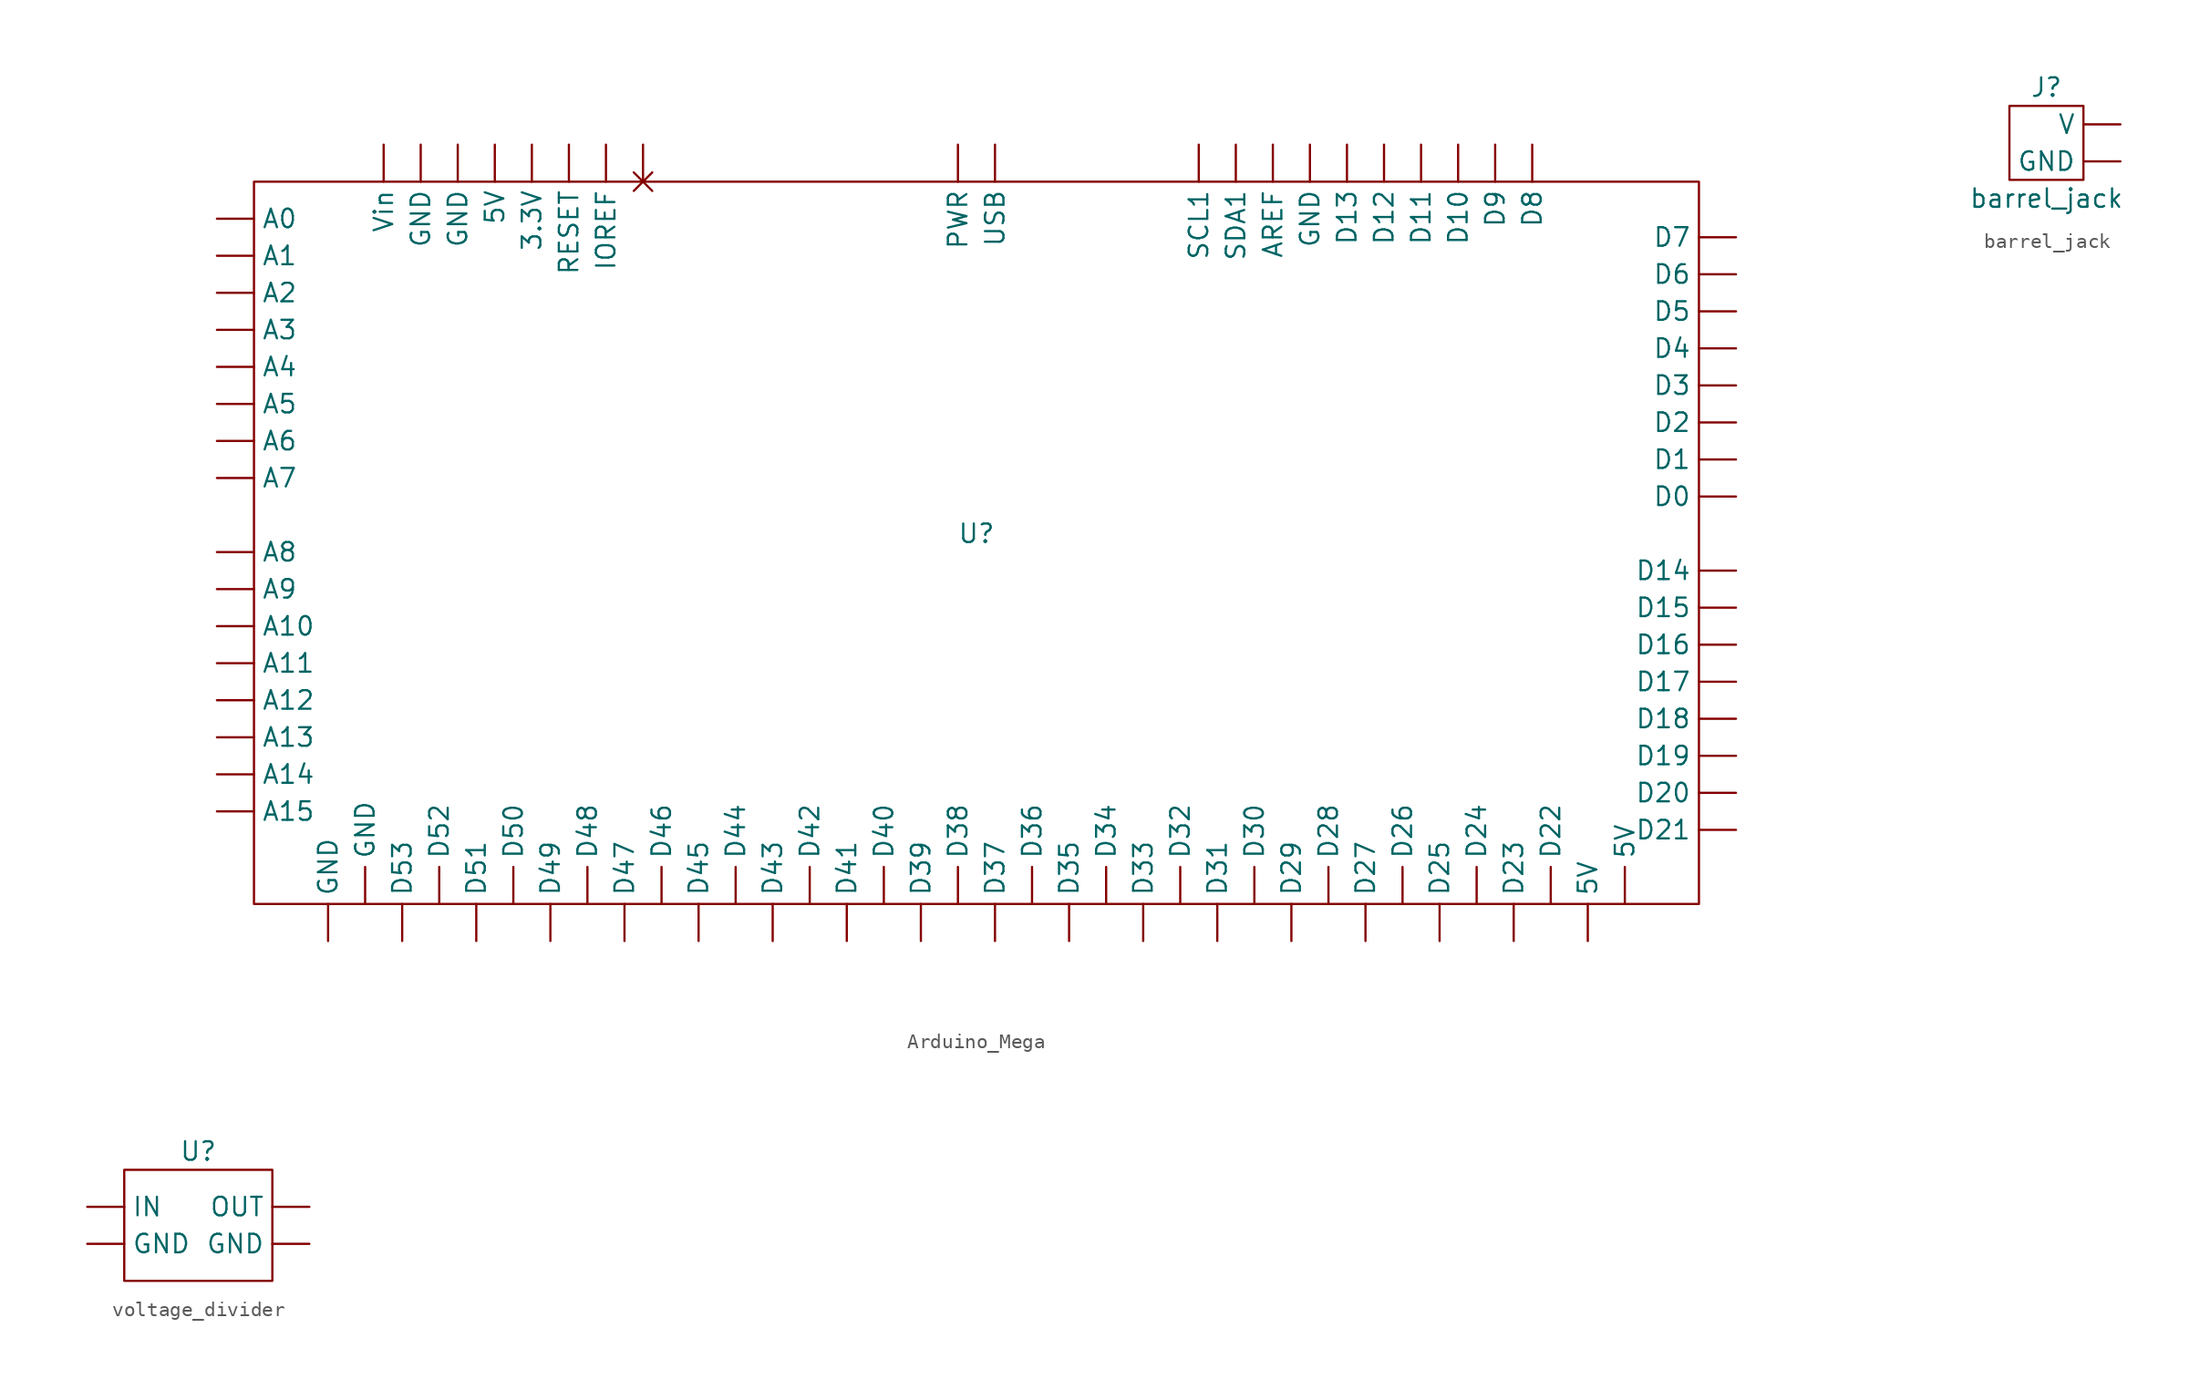
<source format=kicad_sym>
(kicad_symbol_lib
  (version 20220914)
  (generator kicad_symbol_editor)
  (symbol "Arduino_Mega"
    (property "Reference" "U"
      (at 0 0 0)
      (effects (font (size 1.27 1.27))))
    (property "Value" ""
      (at 34.29 24.13 0)
      (effects (font (size 1.27 1.27))))
    (symbol "Arduino_Mega_0_1"
      (rectangle (start -49.53 24.13) (end 49.53 -25.4) (stroke (width 0) (type default)) (fill (type none))))
    (symbol "Arduino_Mega_1_1"
      (pin passive non_logic (at -22.86 26.67 270) (length 2.54) (name "" (effects (font (size 1.27 1.27)))) (number "" (effects (font (size 1.27 1.27)))))
      (pin passive line (at -30.48 26.67 270) (length 2.54) (name "3.3V" (effects (font (size 1.27 1.27)))) (number "" (effects (font (size 1.27 1.27)))))
      (pin passive line (at -33.02 26.67 270) (length 2.54) (name "5V" (effects (font (size 1.27 1.27)))) (number "" (effects (font (size 1.27 1.27)))))
      (pin passive line (at 41.91 -27.94 90) (length 2.54) (name "5V" (effects (font (size 1.27 1.27)))) (number "" (effects (font (size 1.27 1.27)))))
      (pin passive line (at 44.45 -25.4 90) (length 2.54) (name "5V" (effects (font (size 1.27 1.27)))) (number "" (effects (font (size 1.27 1.27)))))
      (pin passive line (at -52.07 21.59 0) (length 2.54) (name "A0" (effects (font (size 1.27 1.27)))) (number "" (effects (font (size 1.27 1.27)))))
      (pin passive line (at -52.07 19.05 0) (length 2.54) (name "A1" (effects (font (size 1.27 1.27)))) (number "" (effects (font (size 1.27 1.27)))))
      (pin passive line (at -52.07 -6.35 0) (length 2.54) (name "A10" (effects (font (size 1.27 1.27)))) (number "" (effects (font (size 1.27 1.27)))))
      (pin passive line (at -52.07 -8.89 0) (length 2.54) (name "A11" (effects (font (size 1.27 1.27)))) (number "" (effects (font (size 1.27 1.27)))))
      (pin passive line (at -52.07 -11.43 0) (length 2.54) (name "A12" (effects (font (size 1.27 1.27)))) (number "" (effects (font (size 1.27 1.27)))))
      (pin passive line (at -52.07 -13.97 0) (length 2.54) (name "A13" (effects (font (size 1.27 1.27)))) (number "" (effects (font (size 1.27 1.27)))))
      (pin passive line (at -52.07 -16.51 0) (length 2.54) (name "A14" (effects (font (size 1.27 1.27)))) (number "" (effects (font (size 1.27 1.27)))))
      (pin passive line (at -52.07 -19.05 0) (length 2.54) (name "A15" (effects (font (size 1.27 1.27)))) (number "" (effects (font (size 1.27 1.27)))))
      (pin passive line (at -52.07 16.51 0) (length 2.54) (name "A2" (effects (font (size 1.27 1.27)))) (number "" (effects (font (size 1.27 1.27)))))
      (pin passive line (at -52.07 13.97 0) (length 2.54) (name "A3" (effects (font (size 1.27 1.27)))) (number "" (effects (font (size 1.27 1.27)))))
      (pin passive line (at -52.07 11.43 0) (length 2.54) (name "A4" (effects (font (size 1.27 1.27)))) (number "" (effects (font (size 1.27 1.27)))))
      (pin passive line (at -52.07 8.89 0) (length 2.54) (name "A5" (effects (font (size 1.27 1.27)))) (number "" (effects (font (size 1.27 1.27)))))
      (pin passive line (at -52.07 6.35 0) (length 2.54) (name "A6" (effects (font (size 1.27 1.27)))) (number "" (effects (font (size 1.27 1.27)))))
      (pin passive line (at -52.07 3.81 0) (length 2.54) (name "A7" (effects (font (size 1.27 1.27)))) (number "" (effects (font (size 1.27 1.27)))))
      (pin passive line (at -52.07 -1.27 0) (length 2.54) (name "A8" (effects (font (size 1.27 1.27)))) (number "" (effects (font (size 1.27 1.27)))))
      (pin passive line (at -52.07 -3.81 0) (length 2.54) (name "A9" (effects (font (size 1.27 1.27)))) (number "" (effects (font (size 1.27 1.27)))))
      (pin passive line (at 20.32 26.67 270) (length 2.54) (name "AREF" (effects (font (size 1.27 1.27)))) (number "" (effects (font (size 1.27 1.27)))))
      (pin passive line (at 52.07 2.54 180) (length 2.54) (name "D0" (effects (font (size 1.27 1.27)))) (number "" (effects (font (size 1.27 1.27)))))
      (pin passive line (at 52.07 5.08 180) (length 2.54) (name "D1" (effects (font (size 1.27 1.27)))) (number "" (effects (font (size 1.27 1.27)))))
      (pin passive line (at 33.02 26.67 270) (length 2.54) (name "D10" (effects (font (size 1.27 1.27)))) (number "" (effects (font (size 1.27 1.27)))))
      (pin passive line (at 30.48 26.67 270) (length 2.54) (name "D11" (effects (font (size 1.27 1.27)))) (number "" (effects (font (size 1.27 1.27)))))
      (pin passive line (at 27.94 26.67 270) (length 2.54) (name "D12" (effects (font (size 1.27 1.27)))) (number "" (effects (font (size 1.27 1.27)))))
      (pin passive line (at 25.4 26.67 270) (length 2.54) (name "D13" (effects (font (size 1.27 1.27)))) (number "" (effects (font (size 1.27 1.27)))))
      (pin passive line (at 52.07 -2.54 180) (length 2.54) (name "D14" (effects (font (size 1.27 1.27)))) (number "" (effects (font (size 1.27 1.27)))))
      (pin passive line (at 52.07 -5.08 180) (length 2.54) (name "D15" (effects (font (size 1.27 1.27)))) (number "" (effects (font (size 1.27 1.27)))))
      (pin passive line (at 52.07 -7.62 180) (length 2.54) (name "D16" (effects (font (size 1.27 1.27)))) (number "" (effects (font (size 1.27 1.27)))))
      (pin passive line (at 52.07 -10.16 180) (length 2.54) (name "D17" (effects (font (size 1.27 1.27)))) (number "" (effects (font (size 1.27 1.27)))))
      (pin passive line (at 52.07 -12.7 180) (length 2.54) (name "D18" (effects (font (size 1.27 1.27)))) (number "" (effects (font (size 1.27 1.27)))))
      (pin passive line (at 52.07 -15.24 180) (length 2.54) (name "D19" (effects (font (size 1.27 1.27)))) (number "" (effects (font (size 1.27 1.27)))))
      (pin passive line (at 52.07 7.62 180) (length 2.54) (name "D2" (effects (font (size 1.27 1.27)))) (number "" (effects (font (size 1.27 1.27)))))
      (pin passive line (at 52.07 -17.78 180) (length 2.54) (name "D20" (effects (font (size 1.27 1.27)))) (number "" (effects (font (size 1.27 1.27)))))
      (pin passive line (at 52.07 -20.32 180) (length 2.54) (name "D21" (effects (font (size 1.27 1.27)))) (number "" (effects (font (size 1.27 1.27)))))
      (pin passive line (at 39.37 -25.4 90) (length 2.54) (name "D22" (effects (font (size 1.27 1.27)))) (number "" (effects (font (size 1.27 1.27)))))
      (pin passive line (at 36.83 -27.94 90) (length 2.54) (name "D23" (effects (font (size 1.27 1.27)))) (number "" (effects (font (size 1.27 1.27)))))
      (pin passive line (at 34.29 -25.4 90) (length 2.54) (name "D24" (effects (font (size 1.27 1.27)))) (number "" (effects (font (size 1.27 1.27)))))
      (pin passive line (at 31.75 -27.94 90) (length 2.54) (name "D25" (effects (font (size 1.27 1.27)))) (number "" (effects (font (size 1.27 1.27)))))
      (pin passive line (at 29.21 -25.4 90) (length 2.54) (name "D26" (effects (font (size 1.27 1.27)))) (number "" (effects (font (size 1.27 1.27)))))
      (pin passive line (at 26.67 -27.94 90) (length 2.54) (name "D27" (effects (font (size 1.27 1.27)))) (number "" (effects (font (size 1.27 1.27)))))
      (pin passive line (at 24.13 -25.4 90) (length 2.54) (name "D28" (effects (font (size 1.27 1.27)))) (number "" (effects (font (size 1.27 1.27)))))
      (pin passive line (at 21.59 -27.94 90) (length 2.54) (name "D29" (effects (font (size 1.27 1.27)))) (number "" (effects (font (size 1.27 1.27)))))
      (pin passive line (at 52.07 10.16 180) (length 2.54) (name "D3" (effects (font (size 1.27 1.27)))) (number "" (effects (font (size 1.27 1.27)))))
      (pin passive line (at 19.05 -25.4 90) (length 2.54) (name "D30" (effects (font (size 1.27 1.27)))) (number "" (effects (font (size 1.27 1.27)))))
      (pin passive line (at 16.51 -27.94 90) (length 2.54) (name "D31" (effects (font (size 1.27 1.27)))) (number "" (effects (font (size 1.27 1.27)))))
      (pin passive line (at 13.97 -25.4 90) (length 2.54) (name "D32" (effects (font (size 1.27 1.27)))) (number "" (effects (font (size 1.27 1.27)))))
      (pin passive line (at 11.43 -27.94 90) (length 2.54) (name "D33" (effects (font (size 1.27 1.27)))) (number "" (effects (font (size 1.27 1.27)))))
      (pin passive line (at 8.89 -25.4 90) (length 2.54) (name "D34" (effects (font (size 1.27 1.27)))) (number "" (effects (font (size 1.27 1.27)))))
      (pin passive line (at 6.35 -27.94 90) (length 2.54) (name "D35" (effects (font (size 1.27 1.27)))) (number "" (effects (font (size 1.27 1.27)))))
      (pin passive line (at 3.81 -25.4 90) (length 2.54) (name "D36" (effects (font (size 1.27 1.27)))) (number "" (effects (font (size 1.27 1.27)))))
      (pin passive line (at 1.27 -27.94 90) (length 2.54) (name "D37" (effects (font (size 1.27 1.27)))) (number "" (effects (font (size 1.27 1.27)))))
      (pin passive line (at -1.27 -25.4 90) (length 2.54) (name "D38" (effects (font (size 1.27 1.27)))) (number "" (effects (font (size 1.27 1.27)))))
      (pin passive line (at -3.81 -27.94 90) (length 2.54) (name "D39" (effects (font (size 1.27 1.27)))) (number "" (effects (font (size 1.27 1.27)))))
      (pin passive line (at 52.07 12.7 180) (length 2.54) (name "D4" (effects (font (size 1.27 1.27)))) (number "" (effects (font (size 1.27 1.27)))))
      (pin passive line (at -6.35 -25.4 90) (length 2.54) (name "D40" (effects (font (size 1.27 1.27)))) (number "" (effects (font (size 1.27 1.27)))))
      (pin passive line (at -8.89 -27.94 90) (length 2.54) (name "D41" (effects (font (size 1.27 1.27)))) (number "" (effects (font (size 1.27 1.27)))))
      (pin passive line (at -11.43 -25.4 90) (length 2.54) (name "D42" (effects (font (size 1.27 1.27)))) (number "" (effects (font (size 1.27 1.27)))))
      (pin passive line (at -13.97 -27.94 90) (length 2.54) (name "D43" (effects (font (size 1.27 1.27)))) (number "" (effects (font (size 1.27 1.27)))))
      (pin passive line (at -16.51 -25.4 90) (length 2.54) (name "D44" (effects (font (size 1.27 1.27)))) (number "" (effects (font (size 1.27 1.27)))))
      (pin passive line (at -19.05 -27.94 90) (length 2.54) (name "D45" (effects (font (size 1.27 1.27)))) (number "" (effects (font (size 1.27 1.27)))))
      (pin passive line (at -21.59 -25.4 90) (length 2.54) (name "D46" (effects (font (size 1.27 1.27)))) (number "" (effects (font (size 1.27 1.27)))))
      (pin passive line (at -24.13 -27.94 90) (length 2.54) (name "D47" (effects (font (size 1.27 1.27)))) (number "" (effects (font (size 1.27 1.27)))))
      (pin passive line (at -26.67 -25.4 90) (length 2.54) (name "D48" (effects (font (size 1.27 1.27)))) (number "" (effects (font (size 1.27 1.27)))))
      (pin passive line (at -29.21 -27.94 90) (length 2.54) (name "D49" (effects (font (size 1.27 1.27)))) (number "" (effects (font (size 1.27 1.27)))))
      (pin passive line (at 52.07 15.24 180) (length 2.54) (name "D5" (effects (font (size 1.27 1.27)))) (number "" (effects (font (size 1.27 1.27)))))
      (pin passive line (at -31.75 -25.4 90) (length 2.54) (name "D50" (effects (font (size 1.27 1.27)))) (number "" (effects (font (size 1.27 1.27)))))
      (pin passive line (at -34.29 -27.94 90) (length 2.54) (name "D51" (effects (font (size 1.27 1.27)))) (number "" (effects (font (size 1.27 1.27)))))
      (pin passive line (at -36.83 -25.4 90) (length 2.54) (name "D52" (effects (font (size 1.27 1.27)))) (number "" (effects (font (size 1.27 1.27)))))
      (pin passive line (at -39.37 -27.94 90) (length 2.54) (name "D53" (effects (font (size 1.27 1.27)))) (number "" (effects (font (size 1.27 1.27)))))
      (pin passive line (at 52.07 17.78 180) (length 2.54) (name "D6" (effects (font (size 1.27 1.27)))) (number "" (effects (font (size 1.27 1.27)))))
      (pin passive line (at 52.07 20.32 180) (length 2.54) (name "D7" (effects (font (size 1.27 1.27)))) (number "" (effects (font (size 1.27 1.27)))))
      (pin passive line (at 38.1 26.67 270) (length 2.54) (name "D8" (effects (font (size 1.27 1.27)))) (number "" (effects (font (size 1.27 1.27)))))
      (pin passive line (at 35.56 26.67 270) (length 2.54) (name "D9" (effects (font (size 1.27 1.27)))) (number "" (effects (font (size 1.27 1.27)))))
      (pin passive line (at -44.45 -27.94 90) (length 2.54) (name "GND" (effects (font (size 1.27 1.27)))) (number "" (effects (font (size 1.27 1.27)))))
      (pin passive line (at -41.91 -25.4 90) (length 2.54) (name "GND" (effects (font (size 1.27 1.27)))) (number "" (effects (font (size 1.27 1.27)))))
      (pin passive line (at -38.1 26.67 270) (length 2.54) (name "GND" (effects (font (size 1.27 1.27)))) (number "" (effects (font (size 1.27 1.27)))))
      (pin passive line (at -35.56 26.67 270) (length 2.54) (name "GND" (effects (font (size 1.27 1.27)))) (number "" (effects (font (size 1.27 1.27)))))
      (pin passive line (at 22.86 26.67 270) (length 2.54) (name "GND" (effects (font (size 1.27 1.27)))) (number "" (effects (font (size 1.27 1.27)))))
      (pin passive line (at -25.4 26.67 270) (length 2.54) (name "IOREF" (effects (font (size 1.27 1.27)))) (number "" (effects (font (size 1.27 1.27)))))
      (pin power_in line (at -1.27 26.67 270) (length 2.54) (name "PWR" (effects (font (size 1.27 1.27)))) (number "" (effects (font (size 1.27 1.27)))))
      (pin passive line (at -27.94 26.67 270) (length 2.54) (name "RESET" (effects (font (size 1.27 1.27)))) (number "" (effects (font (size 1.27 1.27)))))
      (pin passive line (at 15.24 26.67 270) (length 2.54) (name "SCL1" (effects (font (size 1.27 1.27)))) (number "" (effects (font (size 1.27 1.27)))))
      (pin passive line (at 17.78 26.67 270) (length 2.54) (name "SDA1" (effects (font (size 1.27 1.27)))) (number "" (effects (font (size 1.27 1.27)))))
      (pin bidirectional line (at 1.27 26.67 270) (length 2.54) (name "USB" (effects (font (size 1.27 1.27)))) (number "" (effects (font (size 1.27 1.27)))))
      (pin passive line (at -40.64 26.67 270) (length 2.54) (name "Vin" (effects (font (size 1.27 1.27)))) (number "" (effects (font (size 1.27 1.27)))))))
  (symbol "barrel_jack"
    (property "Reference" "J"
      (at 0 3.81 0)
      (effects (font (size 1.27 1.27))))
    (property "Value" "barrel_jack"
      (at 0 -3.81 0)
      (effects (font (size 1.27 1.27))))
    (symbol "barrel_jack_0_1"
      (rectangle (start -2.54 -2.54) (end 2.54 2.54) (stroke (width 0) (type default)) (fill (type none))))
    (symbol "barrel_jack_1_1"
      (pin input line (at 5.08 -1.27 180) (length 2.54) (name "GND" (effects (font (size 1.27 1.27)))) (number "" (effects (font (size 1.27 1.27)))))
      (pin input line (at 5.08 1.27 180) (length 2.54) (name "V" (effects (font (size 1.27 1.27)))) (number "" (effects (font (size 1.27 1.27)))))))
  (symbol "voltage_divider"
    (property "Reference" "U"
      (at 0 5.08 0)
      (effects (font (size 1.27 1.27))))
    (property "Value" ""
      (at 0 5.08 0)
      (effects (font (size 1.27 1.27))))
    (symbol "voltage_divider_0_1"
      (rectangle (start -5.08 3.81) (end 5.08 -3.81) (stroke (width 0) (type default)) (fill (type none))))
    (symbol "voltage_divider_1_1"
      (pin input line (at -7.62 -1.27 0) (length 2.54) (name "GND" (effects (font (size 1.27 1.27)))) (number "" (effects (font (size 1.27 1.27)))))
      (pin input line (at 7.62 -1.27 180) (length 2.54) (name "GND" (effects (font (size 1.27 1.27)))) (number "" (effects (font (size 1.27 1.27)))))
      (pin input line (at -7.62 1.27 0) (length 2.54) (name "IN" (effects (font (size 1.27 1.27)))) (number "" (effects (font (size 1.27 1.27)))))
      (pin input line (at 7.62 1.27 180) (length 2.54) (name "OUT" (effects (font (size 1.27 1.27)))) (number "" (effects (font (size 1.27 1.27))))))))
</source>
